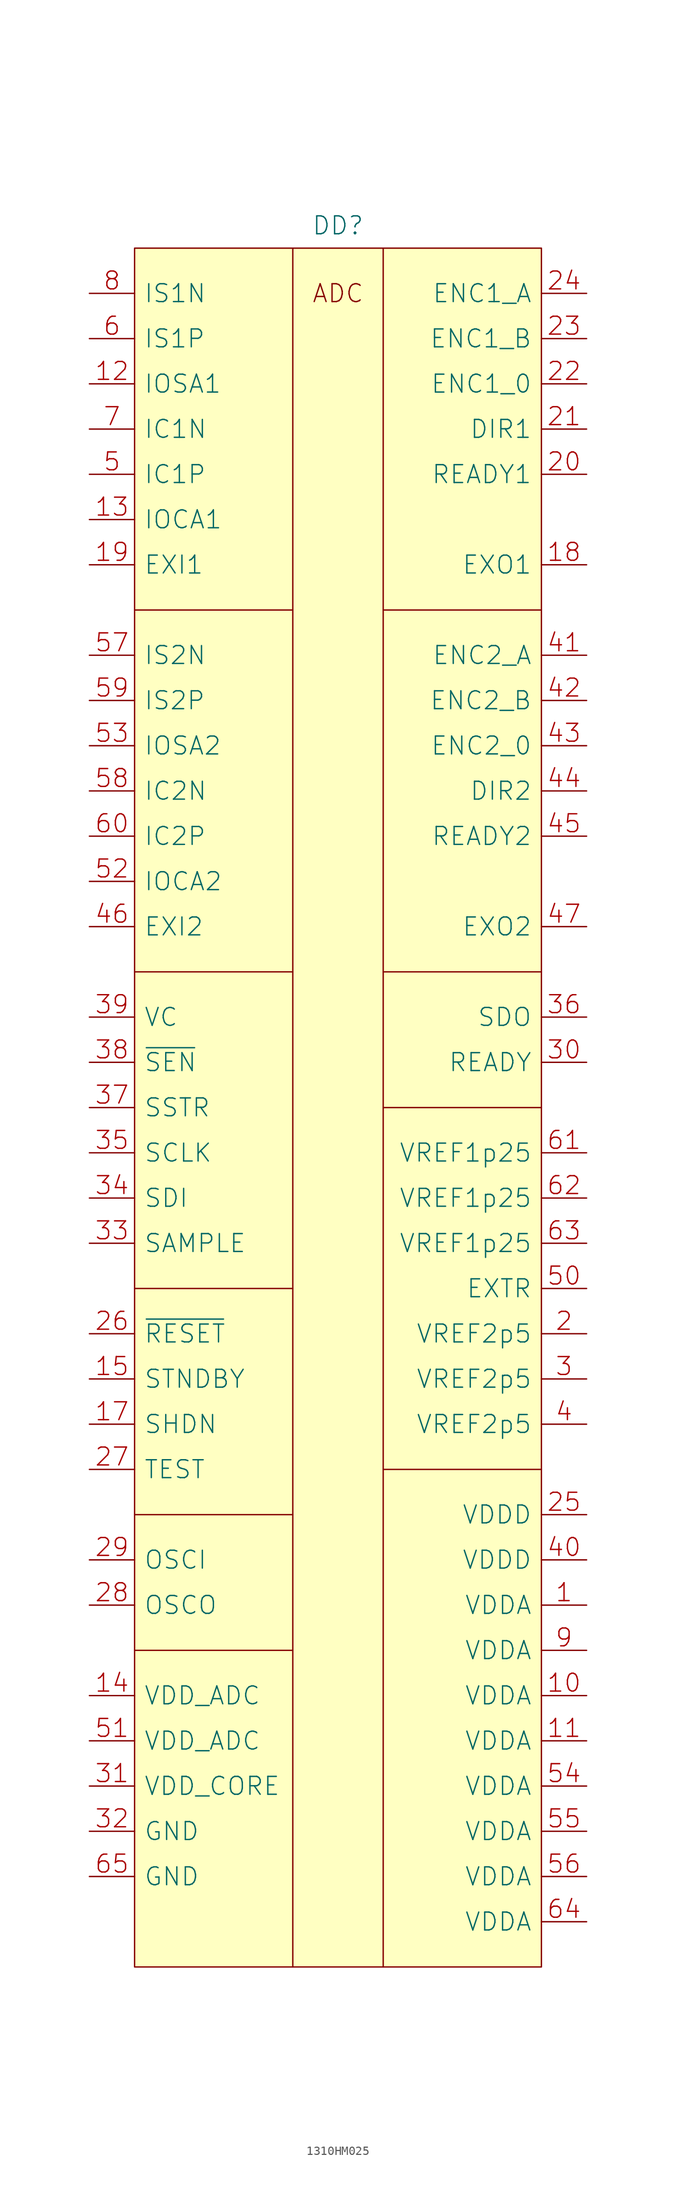
<source format=kicad_sym>
(kicad_symbol_lib
  (version 20231120)
  (generator "kicad_symbol_editor")
  (generator_version "8.0")
  (symbol "1310НМ025"
    (pin_names
      (offset 1.016))
    (property "Reference" "DD"
      (at 0 99.06 0)
      (effects (font (size 2.007 2.007))))
    (symbol "1310НМ025_0_0"
      (rectangle (start -22.86 96.52) (end 22.86 -96.52) (stroke (width 0) (type solid)) (fill (type background)))
      (polyline (pts (xy -22.86 -45.72) (xy -5.08 -45.72)) (stroke (width 0) (type solid)) (fill (type none)))
      (polyline (pts (xy -22.86 -20.32) (xy -5.08 -20.32)) (stroke (width 0) (type solid)) (fill (type none)))
      (text "ADC" (at 0 91.44 0) (effects (font (size 2.007 2.007)))))
    (symbol "1310НМ025_0_1"
      (polyline (pts (xy -22.86 -60.96) (xy -5.08 -60.96)) (stroke (width 0) (type solid)) (fill (type none)))
      (polyline (pts (xy -22.86 55.88) (xy -5.08 55.88)) (stroke (width 0) (type solid)) (fill (type none)))
      (polyline (pts (xy -5.08 15.24) (xy -22.86 15.24)) (stroke (width 0) (type solid)) (fill (type none)))
      (polyline (pts (xy -5.08 96.52) (xy -5.08 -96.52)) (stroke (width 0) (type solid)) (fill (type none)))
      (polyline (pts (xy 5.08 -40.64) (xy 22.86 -40.64)) (stroke (width 0) (type solid)) (fill (type none)))
      (polyline (pts (xy 5.08 96.52) (xy 5.08 -96.52)) (stroke (width 0) (type solid)) (fill (type none)))
      (polyline (pts (xy 22.86 0) (xy 5.08 0)) (stroke (width 0) (type solid)) (fill (type none)))
      (polyline (pts (xy 22.86 15.24) (xy 5.08 15.24)) (stroke (width 0) (type solid)) (fill (type none)))
      (polyline (pts (xy 22.86 55.88) (xy 5.08 55.88)) (stroke (width 0) (type solid)) (fill (type none))))
    (symbol "1310НМ025_1_1"
      (pin power_in line (at 27.94 -55.88 180) (length 5.08) (name "VDDA" (effects (font (size 2.007 2.007)))) (number "1" (effects (font (size 2.007 2.007)))))
      (pin power_in line (at 27.94 -66.04 180) (length 5.08) (name "VDDA" (effects (font (size 2.007 2.007)))) (number "10" (effects (font (size 2.007 2.007)))))
      (pin power_in line (at 27.94 -71.12 180) (length 5.08) (name "VDDA" (effects (font (size 2.007 2.007)))) (number "11" (effects (font (size 2.007 2.007)))))
      (pin bidirectional line (at -27.94 81.28 0) (length 5.08) (name "IOSA1" (effects (font (size 2.007 2.007)))) (number "12" (effects (font (size 2.007 2.007)))))
      (pin bidirectional line (at -27.94 66.04 0) (length 5.08) (name "IOCA1" (effects (font (size 2.007 2.007)))) (number "13" (effects (font (size 2.007 2.007)))))
      (pin power_in line (at -27.94 -66.04 0) (length 5.08) (name "VDD_ADC" (effects (font (size 2.007 2.007)))) (number "14" (effects (font (size 2.007 2.007)))))
      (pin input line (at -27.94 -30.48 0) (length 5.08) (name "STNDBY" (effects (font (size 2.007 2.007)))) (number "15" (effects (font (size 2.007 2.007)))))
      (pin input line (at -27.94 -35.56 0) (length 5.08) (name "SHDN" (effects (font (size 2.007 2.007)))) (number "17" (effects (font (size 2.007 2.007)))))
      (pin output line (at 27.94 60.96 180) (length 5.08) (name "EXO1" (effects (font (size 2.007 2.007)))) (number "18" (effects (font (size 2.007 2.007)))))
      (pin bidirectional line (at -27.94 60.96 0) (length 5.08) (name "EXI1" (effects (font (size 2.007 2.007)))) (number "19" (effects (font (size 2.007 2.007)))))
      (pin bidirectional line (at 27.94 -25.4 180) (length 5.08) (name "VREF2p5" (effects (font (size 2.007 2.007)))) (number "2" (effects (font (size 2.007 2.007)))))
      (pin output line (at 27.94 71.12 180) (length 5.08) (name "READY1" (effects (font (size 2.007 2.007)))) (number "20" (effects (font (size 2.007 2.007)))))
      (pin output line (at 27.94 76.2 180) (length 5.08) (name "DIR1" (effects (font (size 2.007 2.007)))) (number "21" (effects (font (size 2.007 2.007)))))
      (pin output line (at 27.94 81.28 180) (length 5.08) (name "ENC1_0" (effects (font (size 2.007 2.007)))) (number "22" (effects (font (size 2.007 2.007)))))
      (pin output line (at 27.94 86.36 180) (length 5.08) (name "ENC1_B" (effects (font (size 2.007 2.007)))) (number "23" (effects (font (size 2.007 2.007)))))
      (pin output line (at 27.94 91.44 180) (length 5.08) (name "ENC1_A" (effects (font (size 2.007 2.007)))) (number "24" (effects (font (size 2.007 2.007)))))
      (pin power_in line (at 27.94 -45.72 180) (length 5.08) (name "VDDD" (effects (font (size 2.007 2.007)))) (number "25" (effects (font (size 2.007 2.007)))))
      (pin input line (at -27.94 -25.4 0) (length 5.08) (name "~{RESET}" (effects (font (size 2.007 2.007)))) (number "26" (effects (font (size 2.007 2.007)))))
      (pin input line (at -27.94 -40.64 0) (length 5.08) (name "TEST" (effects (font (size 2.007 2.007)))) (number "27" (effects (font (size 2.007 2.007)))))
      (pin output line (at -27.94 -55.88 0) (length 5.08) (name "OSCO" (effects (font (size 2.007 2.007)))) (number "28" (effects (font (size 2.007 2.007)))))
      (pin input line (at -27.94 -50.8 0) (length 5.08) (name "OSCI" (effects (font (size 2.007 2.007)))) (number "29" (effects (font (size 2.007 2.007)))))
      (pin bidirectional line (at 27.94 -30.48 180) (length 5.08) (name "VREF2p5" (effects (font (size 2.007 2.007)))) (number "3" (effects (font (size 2.007 2.007)))))
      (pin output line (at 27.94 5.08 180) (length 5.08) (name "READY" (effects (font (size 2.007 2.007)))) (number "30" (effects (font (size 2.007 2.007)))))
      (pin bidirectional line (at -27.94 -76.2 0) (length 5.08) (name "VDD_CORE" (effects (font (size 2.007 2.007)))) (number "31" (effects (font (size 2.007 2.007)))))
      (pin power_in line (at -27.94 -81.28 0) (length 5.08) (name "GND" (effects (font (size 2.007 2.007)))) (number "32" (effects (font (size 2.007 2.007)))))
      (pin input line (at -27.94 -15.24 0) (length 5.08) (name "SAMPLE" (effects (font (size 2.007 2.007)))) (number "33" (effects (font (size 2.007 2.007)))))
      (pin input line (at -27.94 -10.16 0) (length 5.08) (name "SDI" (effects (font (size 2.007 2.007)))) (number "34" (effects (font (size 2.007 2.007)))))
      (pin input line (at -27.94 -5.08 0) (length 5.08) (name "SCLK" (effects (font (size 2.007 2.007)))) (number "35" (effects (font (size 2.007 2.007)))))
      (pin output line (at 27.94 10.16 180) (length 5.08) (name "SDO" (effects (font (size 2.007 2.007)))) (number "36" (effects (font (size 2.007 2.007)))))
      (pin input line (at -27.94 0 0) (length 5.08) (name "SSTR" (effects (font (size 2.007 2.007)))) (number "37" (effects (font (size 2.007 2.007)))))
      (pin input line (at -27.94 5.08 0) (length 5.08) (name "~{SEN}" (effects (font (size 2.007 2.007)))) (number "38" (effects (font (size 2.007 2.007)))))
      (pin input line (at -27.94 10.16 0) (length 5.08) (name "VC" (effects (font (size 2.007 2.007)))) (number "39" (effects (font (size 2.007 2.007)))))
      (pin bidirectional line (at 27.94 -35.56 180) (length 5.08) (name "VREF2p5" (effects (font (size 2.007 2.007)))) (number "4" (effects (font (size 2.007 2.007)))))
      (pin power_in line (at 27.94 -50.8 180) (length 5.08) (name "VDDD" (effects (font (size 2.007 2.007)))) (number "40" (effects (font (size 2.007 2.007)))))
      (pin output line (at 27.94 50.8 180) (length 5.08) (name "ENC2_A" (effects (font (size 2.007 2.007)))) (number "41" (effects (font (size 2.007 2.007)))))
      (pin output line (at 27.94 45.72 180) (length 5.08) (name "ENC2_B" (effects (font (size 2.007 2.007)))) (number "42" (effects (font (size 2.007 2.007)))))
      (pin output line (at 27.94 40.64 180) (length 5.08) (name "ENC2_0" (effects (font (size 2.007 2.007)))) (number "43" (effects (font (size 2.007 2.007)))))
      (pin output line (at 27.94 35.56 180) (length 5.08) (name "DIR2" (effects (font (size 2.007 2.007)))) (number "44" (effects (font (size 2.007 2.007)))))
      (pin output line (at 27.94 30.48 180) (length 5.08) (name "READY2" (effects (font (size 2.007 2.007)))) (number "45" (effects (font (size 2.007 2.007)))))
      (pin bidirectional line (at -27.94 20.32 0) (length 5.08) (name "EXI2" (effects (font (size 2.007 2.007)))) (number "46" (effects (font (size 2.007 2.007)))))
      (pin output line (at 27.94 20.32 180) (length 5.08) (name "EXO2" (effects (font (size 2.007 2.007)))) (number "47" (effects (font (size 2.007 2.007)))))
      (pin input line (at -27.94 71.12 0) (length 5.08) (name "IC1P" (effects (font (size 2.007 2.007)))) (number "5" (effects (font (size 2.007 2.007)))))
      (pin output line (at 27.94 -20.32 180) (length 5.08) (name "EXTR" (effects (font (size 2.007 2.007)))) (number "50" (effects (font (size 2.007 2.007)))))
      (pin power_in line (at -27.94 -71.12 0) (length 5.08) (name "VDD_ADC" (effects (font (size 2.007 2.007)))) (number "51" (effects (font (size 2.007 2.007)))))
      (pin bidirectional line (at -27.94 25.4 0) (length 5.08) (name "IOCA2" (effects (font (size 2.007 2.007)))) (number "52" (effects (font (size 2.007 2.007)))))
      (pin bidirectional line (at -27.94 40.64 0) (length 5.08) (name "IOSA2" (effects (font (size 2.007 2.007)))) (number "53" (effects (font (size 2.007 2.007)))))
      (pin power_in line (at 27.94 -76.2 180) (length 5.08) (name "VDDA" (effects (font (size 2.007 2.007)))) (number "54" (effects (font (size 2.007 2.007)))))
      (pin power_in line (at 27.94 -81.28 180) (length 5.08) (name "VDDA" (effects (font (size 2.007 2.007)))) (number "55" (effects (font (size 2.007 2.007)))))
      (pin power_in line (at 27.94 -86.36 180) (length 5.08) (name "VDDA" (effects (font (size 2.007 2.007)))) (number "56" (effects (font (size 2.007 2.007)))))
      (pin input line (at -27.94 50.8 0) (length 5.08) (name "IS2N" (effects (font (size 2.007 2.007)))) (number "57" (effects (font (size 2.007 2.007)))))
      (pin input line (at -27.94 35.56 0) (length 5.08) (name "IC2N" (effects (font (size 2.007 2.007)))) (number "58" (effects (font (size 2.007 2.007)))))
      (pin input line (at -27.94 45.72 0) (length 5.08) (name "IS2P" (effects (font (size 2.007 2.007)))) (number "59" (effects (font (size 2.007 2.007)))))
      (pin input line (at -27.94 86.36 0) (length 5.08) (name "IS1P" (effects (font (size 2.007 2.007)))) (number "6" (effects (font (size 2.007 2.007)))))
      (pin input line (at -27.94 30.48 0) (length 5.08) (name "IC2P" (effects (font (size 2.007 2.007)))) (number "60" (effects (font (size 2.007 2.007)))))
      (pin power_out line (at 27.94 -5.08 180) (length 5.08) (name "VREF1p25" (effects (font (size 2.007 2.007)))) (number "61" (effects (font (size 2.007 2.007)))))
      (pin power_out line (at 27.94 -10.16 180) (length 5.08) (name "VREF1p25" (effects (font (size 2.007 2.007)))) (number "62" (effects (font (size 2.007 2.007)))))
      (pin power_out line (at 27.94 -15.24 180) (length 5.08) (name "VREF1p25" (effects (font (size 2.007 2.007)))) (number "63" (effects (font (size 2.007 2.007)))))
      (pin power_in line (at 27.94 -91.44 180) (length 5.08) (name "VDDA" (effects (font (size 2.007 2.007)))) (number "64" (effects (font (size 2.007 2.007)))))
      (pin power_in line (at -27.94 -86.36 0) (length 5.08) (name "GND" (effects (font (size 2.007 2.007)))) (number "65" (effects (font (size 2.007 2.007)))))
      (pin input line (at -27.94 76.2 0) (length 5.08) (name "IC1N" (effects (font (size 2.007 2.007)))) (number "7" (effects (font (size 2.007 2.007)))))
      (pin input line (at -27.94 91.44 0) (length 5.08) (name "IS1N" (effects (font (size 2.007 2.007)))) (number "8" (effects (font (size 2.007 2.007)))))
      (pin power_in line (at 27.94 -60.96 180) (length 5.08) (name "VDDA" (effects (font (size 2.007 2.007)))) (number "9" (effects (font (size 2.007 2.007))))))))
</source>
